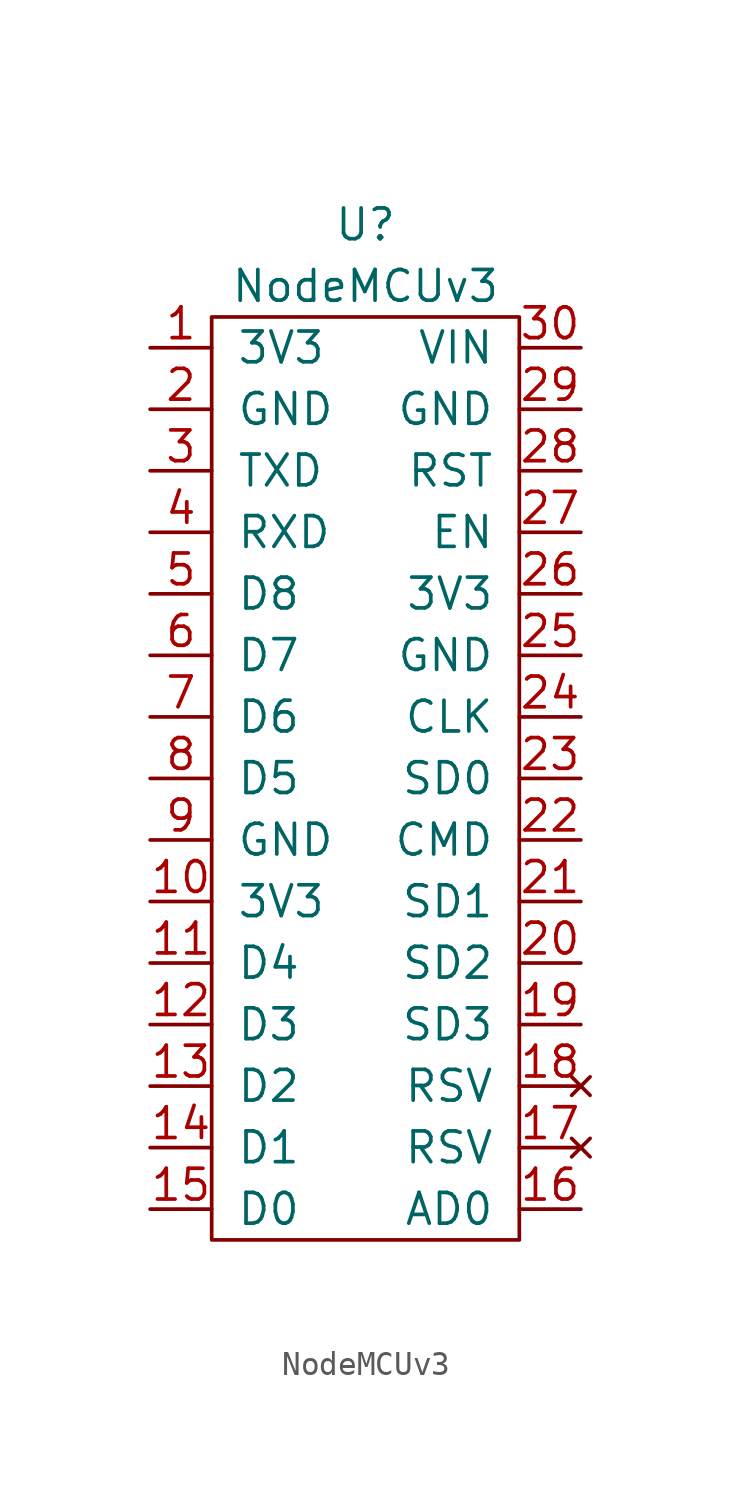
<source format=kicad_sym>
(kicad_symbol_lib
  (version 20211014)
  (generator kicad_symbol_editor)
  (symbol "NodeMCUv3"
    (pin_names
      (offset 1.016))
    (property "Reference" "U"
      (at 8.89 5.08 0)
      (effects (font (size 1.27 1.27))))
    (property "Value" "NodeMCUv3"
      (at 8.89 2.54 0)
      (effects (font (size 1.27 1.27))))
    (symbol "NodeMCUv3_0_1"
      (rectangle (start 2.54 1.27) (end 15.24 -36.83) (stroke (width 0) (type default) (color 0 0 0 0)) (fill (type none))))
    (symbol "NodeMCUv3_1_1"
      (pin passive line (at 0 0 0) (length 2.54) (name "3V3" (effects (font (size 1.27 1.27)))) (number "1" (effects (font (size 1.27 1.27)))))
      (pin passive line (at 0 -22.86 0) (length 2.54) (name "3V3" (effects (font (size 1.27 1.27)))) (number "10" (effects (font (size 1.27 1.27)))))
      (pin tri_state line (at 0 -25.4 0) (length 2.54) (name "D4" (effects (font (size 1.27 1.27)))) (number "11" (effects (font (size 1.27 1.27)))))
      (pin tri_state line (at 0 -27.94 0) (length 2.54) (name "D3" (effects (font (size 1.27 1.27)))) (number "12" (effects (font (size 1.27 1.27)))))
      (pin tri_state line (at 0 -30.48 0) (length 2.54) (name "D2" (effects (font (size 1.27 1.27)))) (number "13" (effects (font (size 1.27 1.27)))))
      (pin tri_state line (at 0 -33.02 0) (length 2.54) (name "D1" (effects (font (size 1.27 1.27)))) (number "14" (effects (font (size 1.27 1.27)))))
      (pin tri_state line (at 0 -35.56 0) (length 2.54) (name "D0" (effects (font (size 1.27 1.27)))) (number "15" (effects (font (size 1.27 1.27)))))
      (pin input line (at 17.78 -35.56 180) (length 2.54) (name "AD0" (effects (font (size 1.27 1.27)))) (number "16" (effects (font (size 1.27 1.27)))))
      (pin no_connect line (at 17.78 -33.02 180) (length 2.54) (name "RSV" (effects (font (size 1.27 1.27)))) (number "17" (effects (font (size 1.27 1.27)))))
      (pin no_connect line (at 17.78 -30.48 180) (length 2.54) (name "RSV" (effects (font (size 1.27 1.27)))) (number "18" (effects (font (size 1.27 1.27)))))
      (pin tri_state line (at 17.78 -27.94 180) (length 2.54) (name "SD3" (effects (font (size 1.27 1.27)))) (number "19" (effects (font (size 1.27 1.27)))))
      (pin passive line (at 0 -2.54 0) (length 2.54) (name "GND" (effects (font (size 1.27 1.27)))) (number "2" (effects (font (size 1.27 1.27)))))
      (pin tri_state line (at 17.78 -25.4 180) (length 2.54) (name "SD2" (effects (font (size 1.27 1.27)))) (number "20" (effects (font (size 1.27 1.27)))))
      (pin tri_state line (at 17.78 -22.86 180) (length 2.54) (name "SD1" (effects (font (size 1.27 1.27)))) (number "21" (effects (font (size 1.27 1.27)))))
      (pin tri_state line (at 17.78 -20.32 180) (length 2.54) (name "CMD" (effects (font (size 1.27 1.27)))) (number "22" (effects (font (size 1.27 1.27)))))
      (pin tri_state line (at 17.78 -17.78 180) (length 2.54) (name "SD0" (effects (font (size 1.27 1.27)))) (number "23" (effects (font (size 1.27 1.27)))))
      (pin tri_state line (at 17.78 -15.24 180) (length 2.54) (name "CLK" (effects (font (size 1.27 1.27)))) (number "24" (effects (font (size 1.27 1.27)))))
      (pin passive line (at 17.78 -12.7 180) (length 2.54) (name "GND" (effects (font (size 1.27 1.27)))) (number "25" (effects (font (size 1.27 1.27)))))
      (pin passive line (at 17.78 -10.16 180) (length 2.54) (name "3V3" (effects (font (size 1.27 1.27)))) (number "26" (effects (font (size 1.27 1.27)))))
      (pin tri_state line (at 17.78 -7.62 180) (length 2.54) (name "EN" (effects (font (size 1.27 1.27)))) (number "27" (effects (font (size 1.27 1.27)))))
      (pin tri_state line (at 17.78 -5.08 180) (length 2.54) (name "RST" (effects (font (size 1.27 1.27)))) (number "28" (effects (font (size 1.27 1.27)))))
      (pin passive line (at 17.78 -2.54 180) (length 2.54) (name "GND" (effects (font (size 1.27 1.27)))) (number "29" (effects (font (size 1.27 1.27)))))
      (pin output line (at 0 -5.08 0) (length 2.54) (name "TXD" (effects (font (size 1.27 1.27)))) (number "3" (effects (font (size 1.27 1.27)))))
      (pin power_in line (at 17.78 0 180) (length 2.54) (name "VIN" (effects (font (size 1.27 1.27)))) (number "30" (effects (font (size 1.27 1.27)))))
      (pin input line (at 0 -7.62 0) (length 2.54) (name "RXD" (effects (font (size 1.27 1.27)))) (number "4" (effects (font (size 1.27 1.27)))))
      (pin tri_state line (at 0 -10.16 0) (length 2.54) (name "D8" (effects (font (size 1.27 1.27)))) (number "5" (effects (font (size 1.27 1.27)))))
      (pin tri_state line (at 0 -12.7 0) (length 2.54) (name "D7" (effects (font (size 1.27 1.27)))) (number "6" (effects (font (size 1.27 1.27)))))
      (pin tri_state line (at 0 -15.24 0) (length 2.54) (name "D6" (effects (font (size 1.27 1.27)))) (number "7" (effects (font (size 1.27 1.27)))))
      (pin tri_state line (at 0 -17.78 0) (length 2.54) (name "D5" (effects (font (size 1.27 1.27)))) (number "8" (effects (font (size 1.27 1.27)))))
      (pin passive line (at 0 -20.32 0) (length 2.54) (name "GND" (effects (font (size 1.27 1.27)))) (number "9" (effects (font (size 1.27 1.27))))))))
</source>
